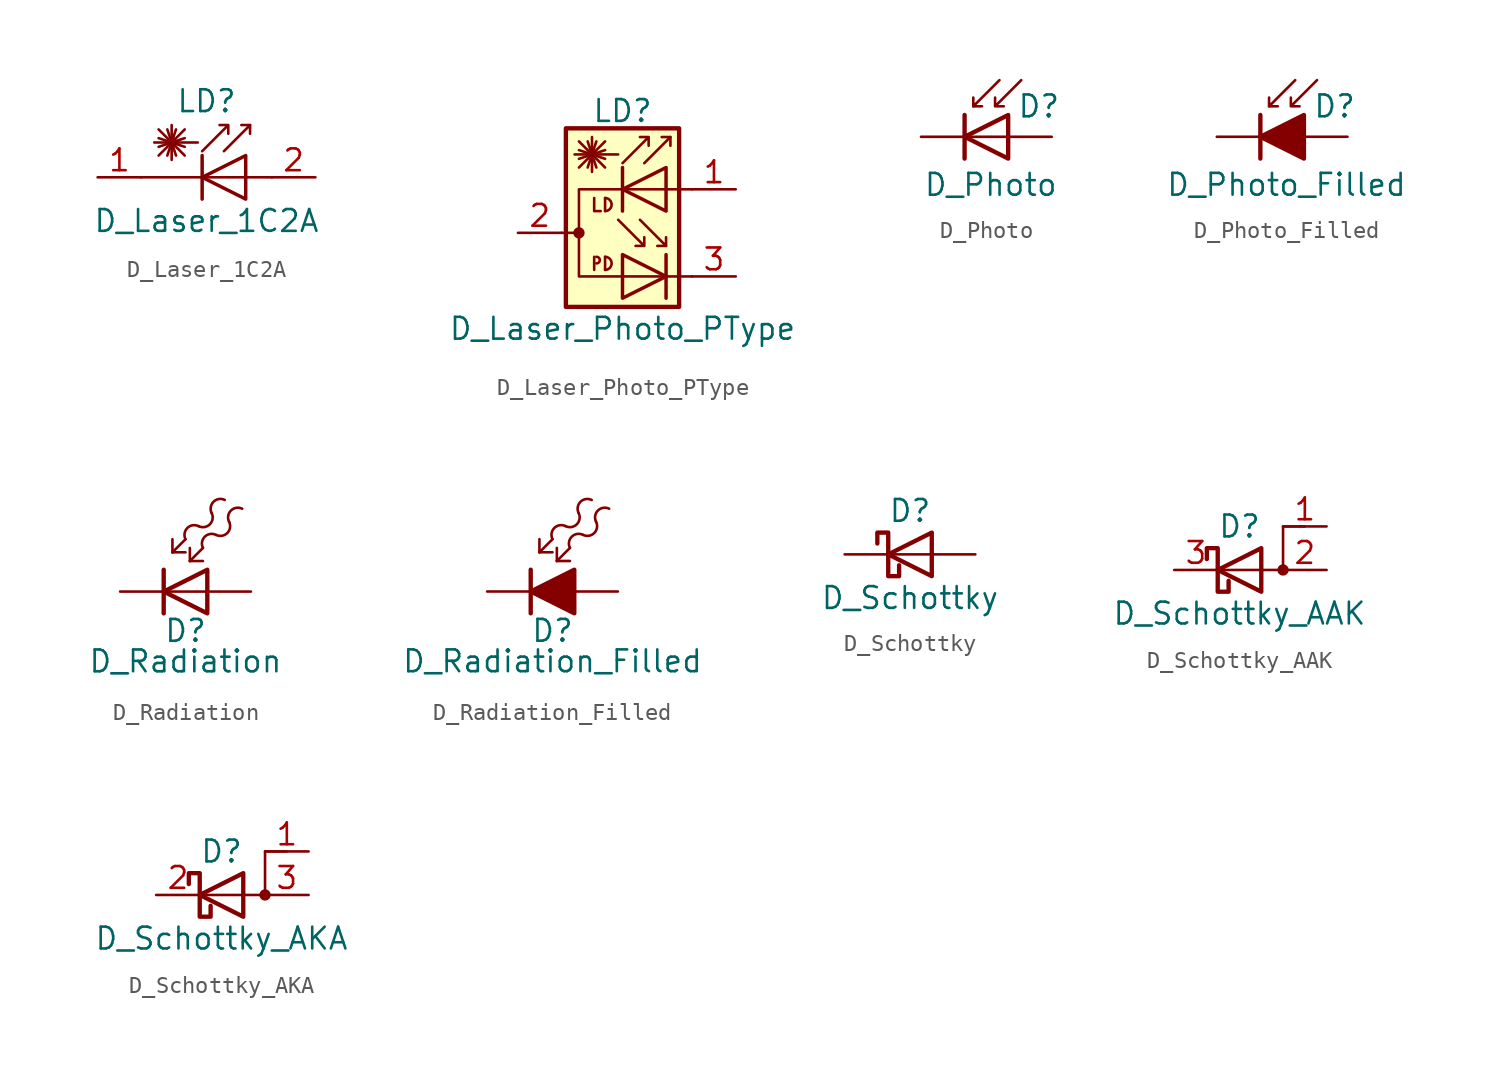
<source format=kicad_sym>
(kicad_symbol_lib
  (version 20241209)
  (generator "kicad_symbol_editor")
  (generator_version "9.0")
  (symbol "D_Laser_1C2A"
    (pin_names
      (offset 1.016)
      (hide yes))
    (property "Reference" "LD"
      (at -1.27 4.445 0)
      (effects (font (size 1.27 1.27))))
    (property "Value" "D_Laser_1C2A"
      (at -1.27 -2.54 0)
      (effects (font (size 1.27 1.27))))
    (symbol "D_Laser_1C2A_0_1"
      (polyline (pts (xy -4.064 2.794) (xy -2.54 1.27)) (stroke (width 0) (type solid)) (fill (type none)))
      (polyline (pts (xy -4.064 2.286) (xy -2.54 1.778)) (stroke (width 0) (type solid)) (fill (type none)))
      (polyline (pts (xy -4.064 1.778) (xy -2.54 2.286)) (stroke (width 0) (type solid)) (fill (type none)))
      (polyline (pts (xy -4.064 1.27) (xy -2.54 2.794)) (stroke (width 0) (type solid)) (fill (type none)))
      (polyline (pts (xy -3.556 2.794) (xy -3.048 1.27)) (stroke (width 0) (type solid)) (fill (type none)))
      (polyline (pts (xy -3.302 2.032) (xy -3.302 3.048)) (stroke (width 0) (type solid)) (fill (type none)))
      (polyline (pts (xy -3.302 2.032) (xy -3.302 1.016)) (stroke (width 0) (type solid)) (fill (type none)))
      (polyline (pts (xy -3.048 2.794) (xy -3.556 1.27)) (stroke (width 0) (type solid)) (fill (type none)))
      (polyline (pts (xy -1.778 2.032) (xy -4.318 2.032)) (stroke (width 0) (type solid)) (fill (type none)))
      (polyline (pts (xy -1.524 1.524) (xy 0 3.048) (xy 0 2.54) (xy 0 3.048) (xy -0.508 3.048)) (stroke (width 0) (type solid)) (fill (type none)))
      (polyline (pts (xy -1.524 1.27) (xy -1.524 -1.27)) (stroke (width 0.203) (type solid)) (fill (type none)))
      (polyline (pts (xy -0.254 1.524) (xy 1.27 3.048) (xy 1.27 2.54)) (stroke (width 0) (type solid)) (fill (type none)))
      (polyline (pts (xy 1.016 1.27) (xy 1.016 -1.27) (xy -1.524 0) (xy 1.016 1.27)) (stroke (width 0.203) (type solid)) (fill (type none)))
      (polyline (pts (xy 1.27 3.048) (xy 0.762 3.048)) (stroke (width 0) (type solid)) (fill (type none)))
      (polyline (pts (xy 2.54 0) (xy -5.08 0)) (stroke (width 0) (type solid)) (fill (type none))))
    (symbol "D_Laser_1C2A_1_1"
      (pin passive line (at -7.62 0 0) (length 2.54) (name "K" (effects (font (size 1.27 1.27)))) (number "1" (effects (font (size 1.27 1.27)))))
      (pin passive line (at 5.08 0 180) (length 2.54) (name "A" (effects (font (size 1.27 1.27)))) (number "2" (effects (font (size 1.27 1.27)))))))
  (symbol "D_Laser_Photo_PType"
    (pin_names
      (hide yes))
    (property "Reference" "LD"
      (at 1.016 7.112 0)
      (effects (font (size 1.27 1.27))))
    (property "Value" "D_Laser_Photo_PType"
      (at 1.016 -5.588 0)
      (effects (font (size 1.27 1.27))))
    (symbol "D_Laser_Photo_PType_0_1"
      (polyline (pts (xy -2.54 0) (xy -1.524 0)) (stroke (width 0) (type solid)) (fill (type none)))
      (polyline (pts (xy -1.524 5.334) (xy 0 3.81)) (stroke (width 0) (type solid)) (fill (type none)))
      (polyline (pts (xy -1.524 4.826) (xy 0 4.318)) (stroke (width 0) (type solid)) (fill (type none)))
      (polyline (pts (xy -1.524 4.318) (xy 0 4.826)) (stroke (width 0) (type solid)) (fill (type none)))
      (polyline (pts (xy -1.524 3.81) (xy 0 5.334)) (stroke (width 0) (type solid)) (fill (type none)))
      (circle (center -1.524 0) (radius 0.254) (stroke (width 0) (type solid)) (fill (type outline)))
      (polyline (pts (xy -1.016 5.334) (xy -0.508 3.81)) (stroke (width 0) (type solid)) (fill (type none)))
      (polyline (pts (xy -0.762 4.572) (xy -0.762 5.588)) (stroke (width 0) (type solid)) (fill (type none)))
      (polyline (pts (xy -0.762 4.572) (xy -0.762 3.556)) (stroke (width 0) (type solid)) (fill (type none)))
      (polyline (pts (xy -0.635 2.032) (xy -0.635 1.27) (xy -0.254 1.27)) (stroke (width 0) (type solid)) (fill (type none)))
      (polyline (pts (xy -0.635 -1.397) (xy -0.635 -2.159)) (stroke (width 0) (type solid)) (fill (type none)))
      (polyline (pts (xy -0.508 5.334) (xy -1.016 3.81)) (stroke (width 0) (type solid)) (fill (type none)))
      (arc (start -0.508 -1.397) (mid -0.3048 -1.6002) (end -0.508 -1.778) (stroke (width 0) (type solid)) (fill (type none)))
      (polyline (pts (xy 0 2.032) (xy 0 1.27)) (stroke (width 0) (type solid)) (fill (type none)))
      (arc (start 0 2.032) (mid 0.381 1.651) (end 0 1.27) (stroke (width 0) (type solid)) (fill (type none)))
      (polyline (pts (xy 0 -1.397) (xy 0 -2.159)) (stroke (width 0) (type solid)) (fill (type none)))
      (arc (start 0 -1.397) (mid 0.381 -1.778) (end 0 -2.159) (stroke (width 0) (type solid)) (fill (type none)))
      (polyline (pts (xy 0.762 4.572) (xy -1.778 4.572)) (stroke (width 0) (type solid)) (fill (type none)))
      (polyline (pts (xy 0.762 0.762) (xy 2.286 -0.762) (xy 2.286 -0.254) (xy 2.286 -0.762) (xy 1.778 -0.762)) (stroke (width 0) (type solid)) (fill (type none)))
      (polyline (pts (xy 1.016 4.064) (xy 2.54 5.588) (xy 2.54 5.08) (xy 2.54 5.588) (xy 2.032 5.588)) (stroke (width 0) (type solid)) (fill (type none)))
      (polyline (pts (xy 1.016 3.81) (xy 1.016 1.27)) (stroke (width 0.203) (type solid)) (fill (type none)))
      (polyline (pts (xy 1.016 -1.27) (xy 1.016 -3.81) (xy 3.556 -2.54) (xy 1.016 -1.27)) (stroke (width 0.203) (type solid)) (fill (type none)))
      (polyline (pts (xy 2.032 0.762) (xy 3.556 -0.762) (xy 3.556 -0.254)) (stroke (width 0) (type solid)) (fill (type none)))
      (polyline (pts (xy 2.286 4.064) (xy 3.81 5.588) (xy 3.81 5.08)) (stroke (width 0) (type solid)) (fill (type none)))
      (polyline (pts (xy 3.556 3.81) (xy 3.556 1.27) (xy 1.016 2.54) (xy 3.556 3.81)) (stroke (width 0.203) (type solid)) (fill (type none)))
      (polyline (pts (xy 3.556 -0.762) (xy 3.048 -0.762)) (stroke (width 0) (type solid)) (fill (type none)))
      (polyline (pts (xy 3.556 -1.27) (xy 3.556 -3.81)) (stroke (width 0.203) (type solid)) (fill (type none)))
      (polyline (pts (xy 3.81 5.588) (xy 3.302 5.588)) (stroke (width 0) (type solid)) (fill (type none)))
      (rectangle (start 4.318 6.096) (end -2.286 -4.318) (stroke (width 0.254) (type solid)) (fill (type background)))
      (polyline (pts (xy 5.08 2.54) (xy -1.524 2.54) (xy -1.524 -2.54) (xy 5.08 -2.54)) (stroke (width 0) (type solid)) (fill (type none))))
    (symbol "D_Laser_Photo_PType_1_1"
      (pin passive line (at -5.08 0 0) (length 2.54) (name "~" (effects (font (size 1.27 1.27)))) (number "2" (effects (font (size 1.27 1.27)))))
      (pin passive line (at 7.62 2.54 180) (length 2.54) (name "~" (effects (font (size 1.27 1.27)))) (number "1" (effects (font (size 1.27 1.27)))))
      (pin passive line (at 7.62 -2.54 180) (length 2.54) (name "~" (effects (font (size 1.27 1.27)))) (number "3" (effects (font (size 1.27 1.27)))))))
  (symbol "D_Photo"
    (pin_numbers
      (hide yes))
    (pin_names
      (hide yes))
    (property "Reference" "D"
      (at 0.508 1.778 0)
      (effects (font (size 1.27 1.27)) (justify left)))
    (property "Value" "D_Photo"
      (at -1.016 -2.794 0)
      (effects (font (size 1.27 1.27))))
    (symbol "D_Photo_0_1"
      (polyline (pts (xy -2.54 1.27) (xy -2.54 -1.27)) (stroke (width 0.254) (type solid)) (fill (type none)))
      (polyline (pts (xy -2.032 1.778) (xy -1.524 1.778)) (stroke (width 0) (type solid)) (fill (type none)))
      (polyline (pts (xy -0.508 3.302) (xy -2.032 1.778) (xy -2.032 2.286)) (stroke (width 0) (type solid)) (fill (type none)))
      (polyline (pts (xy 0 0) (xy -2.54 0)) (stroke (width 0) (type solid)) (fill (type none)))
      (polyline (pts (xy 0 -1.27) (xy 0 1.27) (xy -2.54 0) (xy 0 -1.27)) (stroke (width 0.254) (type solid)) (fill (type none)))
      (polyline (pts (xy 0.762 3.302) (xy -0.762 1.778) (xy -0.762 2.286) (xy -0.762 1.778) (xy -0.254 1.778)) (stroke (width 0) (type solid)) (fill (type none))))
    (symbol "D_Photo_1_1"
      (pin passive line (at -5.08 0 0) (length 2.54) (name "K" (effects (font (size 1.27 1.27)))) (number "1" (effects (font (size 1.27 1.27)))))
      (pin passive line (at 2.54 0 180) (length 2.54) (name "A" (effects (font (size 1.27 1.27)))) (number "2" (effects (font (size 1.27 1.27)))))))
  (symbol "D_Photo_Filled"
    (pin_numbers
      (hide yes))
    (pin_names
      (hide yes))
    (property "Reference" "D"
      (at 0.508 1.778 0)
      (effects (font (size 1.27 1.27)) (justify left)))
    (property "Value" "D_Photo_Filled"
      (at -1.016 -2.794 0)
      (effects (font (size 1.27 1.27))))
    (symbol "D_Photo_Filled_0_1"
      (polyline (pts (xy -2.54 1.27) (xy -2.54 -1.27)) (stroke (width 0.254) (type solid)) (fill (type none)))
      (polyline (pts (xy -2.032 1.778) (xy -1.524 1.778)) (stroke (width 0) (type solid)) (fill (type none)))
      (polyline (pts (xy -0.508 3.302) (xy -2.032 1.778) (xy -2.032 2.286)) (stroke (width 0) (type solid)) (fill (type none)))
      (polyline (pts (xy 0 0) (xy -2.54 0)) (stroke (width 0) (type solid)) (fill (type none)))
      (polyline (pts (xy 0 -1.27) (xy 0 1.27) (xy -2.54 0) (xy 0 -1.27)) (stroke (width 0.254) (type solid)) (fill (type outline)))
      (polyline (pts (xy 0.762 3.302) (xy -0.762 1.778) (xy -0.762 2.286) (xy -0.762 1.778) (xy -0.254 1.778)) (stroke (width 0) (type solid)) (fill (type none))))
    (symbol "D_Photo_Filled_1_1"
      (pin passive line (at -5.08 0 0) (length 2.54) (name "K" (effects (font (size 1.27 1.27)))) (number "1" (effects (font (size 1.27 1.27)))))
      (pin passive line (at 2.54 0 180) (length 2.54) (name "A" (effects (font (size 1.27 1.27)))) (number "2" (effects (font (size 1.27 1.27)))))))
  (symbol "D_Radiation"
    (pin_numbers
      (hide yes))
    (pin_names
      (offset 1.016)
      (hide yes))
    (property "Reference" "D"
      (at -1.27 -2.286 0)
      (effects (font (size 1.27 1.27))))
    (property "Value" "D_Radiation"
      (at -1.27 -4.064 0)
      (effects (font (size 1.27 1.27))))
    (symbol "D_Radiation_0_1"
      (polyline (pts (xy -2.54 1.27) (xy -2.54 -1.27)) (stroke (width 0.254) (type solid)) (fill (type none)))
      (polyline (pts (xy -2.032 3.048) (xy -2.032 2.286)) (stroke (width 0) (type solid)) (fill (type none)))
      (polyline (pts (xy -2.032 2.286) (xy -1.27 3.048)) (stroke (width 0) (type solid)) (fill (type none)))
      (polyline (pts (xy -2.032 2.286) (xy -1.27 2.286)) (stroke (width 0) (type solid)) (fill (type none)))
      (polyline (pts (xy -1.016 2.54) (xy -1.016 1.778)) (stroke (width 0) (type solid)) (fill (type none)))
      (polyline (pts (xy -1.016 1.778) (xy -0.254 2.54)) (stroke (width 0) (type solid)) (fill (type none)))
      (polyline (pts (xy -1.016 1.778) (xy -0.254 1.778)) (stroke (width 0) (type solid)) (fill (type none)))
      (arc (start -1.27 3.048) (mid -1.1636 3.7036) (end -0.508 3.81) (stroke (width 0) (type solid)) (fill (type none)))
      (arc (start 0.254 4.572) (mid 0.1476 3.9164) (end -0.508 3.81) (stroke (width 0) (type solid)) (fill (type none)))
      (polyline (pts (xy 0 1.27) (xy 0 -1.27) (xy -2.54 0) (xy 0 1.27)) (stroke (width 0.254) (type solid)) (fill (type none)))
      (polyline (pts (xy 0 0) (xy -2.54 0)) (stroke (width 0) (type solid)) (fill (type none)))
      (arc (start -0.254 2.54) (mid -0.1476 3.1956) (end 0.508 3.302) (stroke (width 0) (type solid)) (fill (type none)))
      (arc (start 0.254 4.572) (mid 0.3604 5.2276) (end 1.016 5.334) (stroke (width 0) (type solid)) (fill (type none)))
      (arc (start 1.27 4.064) (mid 1.1636 3.4084) (end 0.508 3.302) (stroke (width 0) (type solid)) (fill (type none)))
      (arc (start 1.27 4.064) (mid 1.3764 4.7196) (end 2.032 4.826) (stroke (width 0) (type solid)) (fill (type none))))
    (symbol "D_Radiation_1_1"
      (pin passive line (at -5.08 0 0) (length 2.54) (name "K" (effects (font (size 1.27 1.27)))) (number "1" (effects (font (size 1.27 1.27)))))
      (pin passive line (at 2.54 0 180) (length 2.54) (name "A" (effects (font (size 1.27 1.27)))) (number "2" (effects (font (size 1.27 1.27)))))))
  (symbol "D_Radiation_Filled"
    (pin_numbers
      (hide yes))
    (pin_names
      (offset 1.016)
      (hide yes))
    (property "Reference" "D"
      (at -1.27 -2.286 0)
      (effects (font (size 1.27 1.27))))
    (property "Value" "D_Radiation_Filled"
      (at -1.27 -4.064 0)
      (effects (font (size 1.27 1.27))))
    (symbol "D_Radiation_Filled_0_1"
      (polyline (pts (xy -2.54 1.27) (xy -2.54 -1.27)) (stroke (width 0.254) (type solid)) (fill (type none)))
      (polyline (pts (xy -2.032 3.048) (xy -2.032 2.286)) (stroke (width 0) (type solid)) (fill (type none)))
      (polyline (pts (xy -2.032 2.286) (xy -1.27 3.048)) (stroke (width 0) (type solid)) (fill (type none)))
      (polyline (pts (xy -2.032 2.286) (xy -1.27 2.286)) (stroke (width 0) (type solid)) (fill (type none)))
      (polyline (pts (xy -1.016 2.54) (xy -1.016 1.778)) (stroke (width 0) (type solid)) (fill (type none)))
      (polyline (pts (xy -1.016 1.778) (xy -0.254 2.54)) (stroke (width 0) (type solid)) (fill (type none)))
      (polyline (pts (xy -1.016 1.778) (xy -0.254 1.778)) (stroke (width 0) (type solid)) (fill (type none)))
      (arc (start -1.27 3.048) (mid -1.1636 3.7036) (end -0.508 3.81) (stroke (width 0) (type solid)) (fill (type none)))
      (arc (start 0.254 4.572) (mid 0.1476 3.9164) (end -0.508 3.81) (stroke (width 0) (type solid)) (fill (type none)))
      (polyline (pts (xy 0 1.27) (xy 0 -1.27) (xy -2.54 0) (xy 0 1.27)) (stroke (width 0.254) (type solid)) (fill (type outline)))
      (polyline (pts (xy 0 0) (xy -2.54 0)) (stroke (width 0) (type solid)) (fill (type none)))
      (arc (start -0.254 2.54) (mid -0.1476 3.1956) (end 0.508 3.302) (stroke (width 0) (type solid)) (fill (type none)))
      (arc (start 0.254 4.572) (mid 0.3604 5.2276) (end 1.016 5.334) (stroke (width 0) (type solid)) (fill (type none)))
      (arc (start 1.27 4.064) (mid 1.1636 3.4084) (end 0.508 3.302) (stroke (width 0) (type solid)) (fill (type none)))
      (arc (start 1.27 4.064) (mid 1.3764 4.7196) (end 2.032 4.826) (stroke (width 0) (type solid)) (fill (type none))))
    (symbol "D_Radiation_Filled_1_1"
      (pin passive line (at -5.08 0 0) (length 2.54) (name "K" (effects (font (size 1.27 1.27)))) (number "1" (effects (font (size 1.27 1.27)))))
      (pin passive line (at 2.54 0 180) (length 2.54) (name "A" (effects (font (size 1.27 1.27)))) (number "2" (effects (font (size 1.27 1.27)))))))
  (symbol "D_Schottky"
    (pin_numbers
      (hide yes))
    (pin_names
      (offset 1.016)
      (hide yes))
    (property "Reference" "D"
      (at 0 2.54 0)
      (effects (font (size 1.27 1.27))))
    (property "Value" "D_Schottky"
      (at 0 -2.54 0)
      (effects (font (size 1.27 1.27))))
    (symbol "D_Schottky_0_1"
      (polyline (pts (xy -1.905 0.635) (xy -1.905 1.27) (xy -1.27 1.27) (xy -1.27 -1.27) (xy -0.635 -1.27) (xy -0.635 -0.635)) (stroke (width 0.254) (type solid)) (fill (type none)))
      (polyline (pts (xy 1.27 1.27) (xy 1.27 -1.27) (xy -1.27 0) (xy 1.27 1.27)) (stroke (width 0.254) (type solid)) (fill (type none)))
      (polyline (pts (xy 1.27 0) (xy -1.27 0)) (stroke (width 0) (type solid)) (fill (type none))))
    (symbol "D_Schottky_1_1"
      (pin passive line (at -3.81 0 0) (length 2.54) (name "K" (effects (font (size 1.27 1.27)))) (number "1" (effects (font (size 1.27 1.27)))))
      (pin passive line (at 3.81 0 180) (length 2.54) (name "A" (effects (font (size 1.27 1.27)))) (number "2" (effects (font (size 1.27 1.27)))))))
  (symbol "D_Schottky_AAK"
    (pin_names
      (offset 0)
      (hide yes))
    (property "Reference" "D"
      (at 0 2.54 0)
      (effects (font (size 1.27 1.27))))
    (property "Value" "D_Schottky_AAK"
      (at 0 -2.54 0)
      (effects (font (size 1.27 1.27))))
    (symbol "D_Schottky_AAK_0_1"
      (polyline (pts (xy -1.905 0.635) (xy -1.905 1.27) (xy -1.27 1.27) (xy -1.27 -1.27) (xy -0.635 -1.27) (xy -0.635 -0.635)) (stroke (width 0.254) (type solid)) (fill (type none)))
      (polyline (pts (xy 1.27 1.27) (xy 1.27 -1.27) (xy -1.27 0) (xy 1.27 1.27)) (stroke (width 0.254) (type solid)) (fill (type none)))
      (circle (center 2.54 0) (radius 0.254) (stroke (width 0) (type solid)) (fill (type outline)))
      (polyline (pts (xy 3.81 2.54) (xy 2.54 2.54) (xy 2.54 0) (xy -1.27 0)) (stroke (width 0) (type solid)) (fill (type none))))
    (symbol "D_Schottky_AAK_1_1"
      (pin passive line (at -3.81 0 0) (length 2.54) (name "K" (effects (font (size 1.27 1.27)))) (number "3" (effects (font (size 1.27 1.27)))))
      (pin passive line (at 5.08 2.54 180) (length 2.54) (name "A" (effects (font (size 1.27 1.27)))) (number "1" (effects (font (size 1.27 1.27)))))
      (pin passive line (at 5.08 0 180) (length 2.54) (name "A" (effects (font (size 1.27 1.27)))) (number "2" (effects (font (size 1.27 1.27)))))))
  (symbol "D_Schottky_AKA"
    (pin_names
      (offset 0)
      (hide yes))
    (property "Reference" "D"
      (at 0 2.54 0)
      (effects (font (size 1.27 1.27))))
    (property "Value" "D_Schottky_AKA"
      (at 0 -2.54 0)
      (effects (font (size 1.27 1.27))))
    (symbol "D_Schottky_AKA_0_1"
      (polyline (pts (xy -1.905 0.635) (xy -1.905 1.27) (xy -1.27 1.27) (xy -1.27 -1.27) (xy -0.635 -1.27) (xy -0.635 -0.635)) (stroke (width 0.254) (type solid)) (fill (type none)))
      (polyline (pts (xy 1.27 1.27) (xy 1.27 -1.27) (xy -1.27 0) (xy 1.27 1.27)) (stroke (width 0.254) (type solid)) (fill (type none)))
      (circle (center 2.54 0) (radius 0.254) (stroke (width 0) (type solid)) (fill (type outline)))
      (polyline (pts (xy 3.81 2.54) (xy 2.54 2.54) (xy 2.54 0) (xy -1.27 0)) (stroke (width 0) (type solid)) (fill (type none))))
    (symbol "D_Schottky_AKA_1_1"
      (pin passive line (at -3.81 0 0) (length 2.54) (name "K" (effects (font (size 1.27 1.27)))) (number "2" (effects (font (size 1.27 1.27)))))
      (pin input line (at 5.08 2.54 180) (length 2.54) (name "A" (effects (font (size 1.27 1.27)))) (number "1" (effects (font (size 1.27 1.27)))))
      (pin passive line (at 5.08 0 180) (length 2.54) (name "A" (effects (font (size 1.27 1.27)))) (number "3" (effects (font (size 1.27 1.27))))))))
</source>
